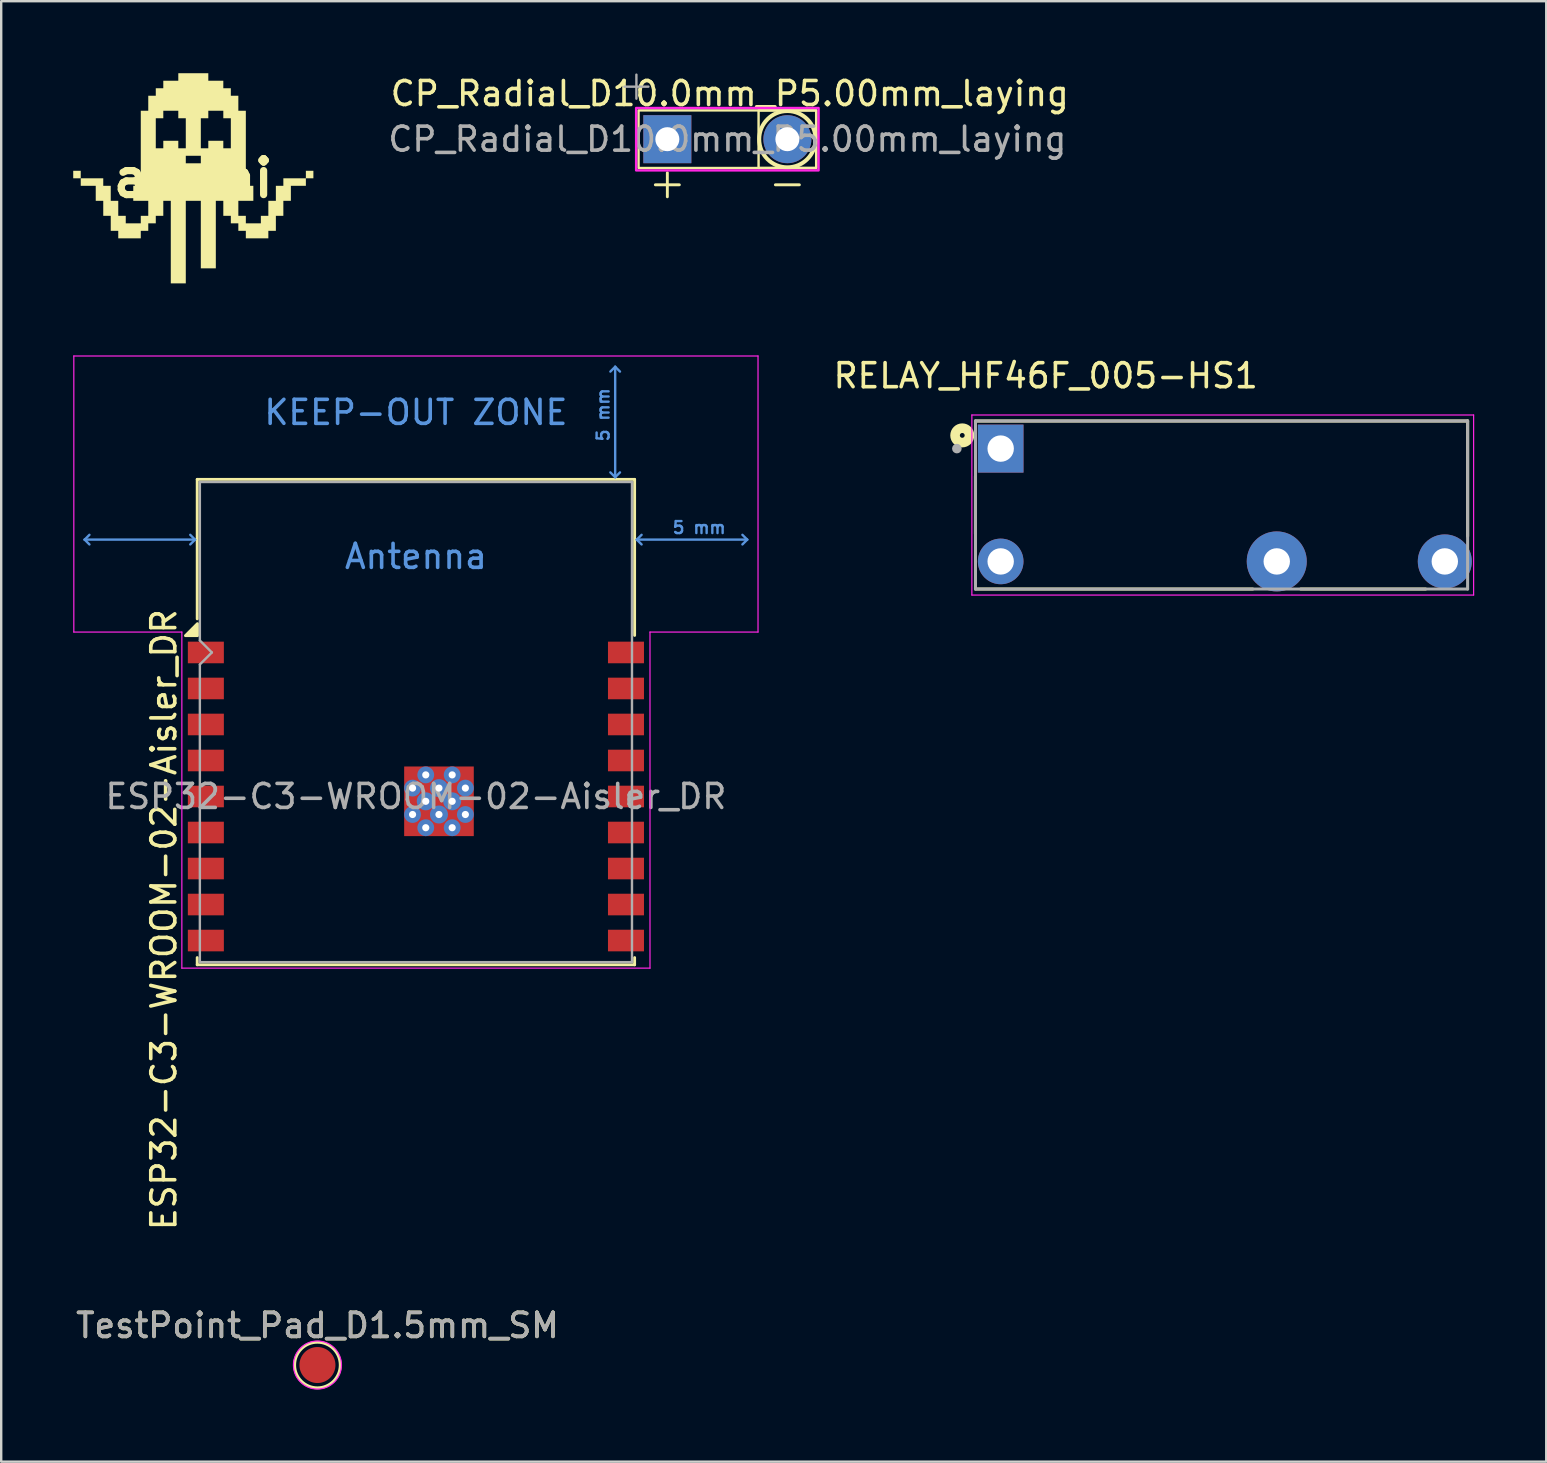
<source format=kicad_pcb>
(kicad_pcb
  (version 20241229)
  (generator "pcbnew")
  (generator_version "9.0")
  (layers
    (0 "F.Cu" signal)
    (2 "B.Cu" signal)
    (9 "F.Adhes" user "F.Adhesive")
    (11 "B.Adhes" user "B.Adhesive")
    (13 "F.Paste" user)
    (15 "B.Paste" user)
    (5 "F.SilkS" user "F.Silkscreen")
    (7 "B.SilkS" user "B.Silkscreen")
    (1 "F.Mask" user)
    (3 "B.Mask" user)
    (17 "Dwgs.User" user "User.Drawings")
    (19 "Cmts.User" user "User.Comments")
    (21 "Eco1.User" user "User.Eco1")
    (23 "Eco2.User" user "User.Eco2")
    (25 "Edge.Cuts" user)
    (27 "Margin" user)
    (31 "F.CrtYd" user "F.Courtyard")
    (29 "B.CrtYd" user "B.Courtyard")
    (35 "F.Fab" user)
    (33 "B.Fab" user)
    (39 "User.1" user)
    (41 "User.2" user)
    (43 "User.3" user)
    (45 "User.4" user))
  (footprint "TestPoint_Pad_D1.5mm_SM"
    (layer "F.Cu")
    (at 10.173 53.81)
    (property "Reference" "TestPoint_Pad_D1.5mm_SM" (at 0 -1.648 0) (layer "F.SilkS") (effects (font (size 1 1) (thickness 0.15))))
    (attr exclude_from_pos_files exclude_from_bom)
    (fp_circle (center 0 0) (end 0 0.95) (stroke (width 0.12) (type solid)) (fill no) (layer "F.SilkS"))
    (fp_circle (center 0 0) (end 1 0) (stroke (width 0.05) (type solid)) (fill no) (layer "F.CrtYd"))
    (fp_text user "${REFERENCE}" (at 0 -1.65 0) (layer "F.Fab") (effects (font (size 1 1) (thickness 0.15))))
    (pad "1" smd circle (at 0 0) (size 1.5 1.5) (layers "F.Cu" "F.Mask")))
  (footprint "akemi"
    (layer "F.Cu")
    (at 5.002 4.377)
    (property "Reference" "akemi" (at 0 0 0) (layer "F.SilkS") (effects (font (size 1.5 1.5) (thickness 0.3))))
    (attr board_only exclude_from_pos_files exclude_from_bom)
    (fp_poly (pts (xy -4.689 -0.156) (xy -4.689 0) (xy -4.846 0) (xy -5.002 0) (xy -5.002 -0.156) (xy -5.002 -0.313) (xy -4.846 -0.313) (xy -4.689 -0.313)) (stroke (width 0) (type solid)) (fill yes) (layer "F.SilkS"))
    (fp_poly (pts (xy 0.625 -4.22) (xy 0.625 -4.064) (xy 0.938 -4.064) (xy 1.25 -4.064) (xy 1.25 -3.908) (xy 1.25 -3.751) (xy 1.407 -3.751) (xy 1.563 -3.751) (xy 1.563 -3.595) (xy 1.563 -3.439) (xy 1.719 -3.439) (xy 1.876 -3.439) (xy 1.876 -3.126) (xy 1.876 -2.814) (xy 2.032 -2.814) (xy 2.188 -2.814) (xy 2.188 -1.25) (xy 2.188 0.313) (xy 2.345 0.313) (xy 2.501 0.313) (xy 2.501 0.625) (xy 2.501 0.938) (xy 2.188 0.938) (xy 1.876 0.938) (xy 1.876 1.25) (xy 1.876 1.563) (xy 2.032 1.563) (xy 2.188 1.563) (xy 2.188 1.719) (xy 2.188 1.876) (xy 2.501 1.876) (xy 2.814 1.876) (xy 2.814 1.719) (xy 2.814 1.563) (xy 2.97 1.563) (xy 3.126 1.563) (xy 3.126 1.25) (xy 3.126 0.938) (xy 3.282 0.938) (xy 3.439 0.938) (xy 3.439 0.625) (xy 3.439 0.313) (xy 3.595 0.313) (xy 3.751 0.313) (xy 3.751 0.156) (xy 3.751 0) (xy 4.22 0) (xy 4.689 0) (xy 4.689 -0.156) (xy 4.689 -0.313) (xy 4.846 -0.313) (xy 5.002 -0.313) (xy 5.002 -0.156) (xy 5.002 0) (xy 4.846 0) (xy 4.689 0) (xy 4.689 0.156) (xy 4.689 0.313) (xy 4.377 0.313) (xy 4.064 0.313) (xy 4.064 0.625) (xy 4.064 0.938) (xy 3.908 0.938) (xy 3.751 0.938) (xy 3.751 1.25) (xy 3.751 1.563) (xy 3.595 1.563) (xy 3.439 1.563) (xy 3.439 1.876) (xy 3.439 2.188) (xy 3.282 2.188) (xy 3.126 2.188) (xy 3.126 2.345) (xy 3.126 2.501) (xy 2.657 2.501) (xy 2.188 2.501) (xy 2.188 2.345) (xy 2.188 2.188) (xy 2.032 2.188) (xy 1.876 2.188) (xy 1.876 2.032) (xy 1.876 1.876) (xy 1.719 1.876) (xy 1.563 1.876) (xy 1.563 1.719) (xy 1.563 1.563) (xy 1.407 1.563) (xy 1.25 1.563) (xy 1.25 1.25) (xy 1.25 0.938) (xy 1.094 0.938) (xy 0.938 0.938) (xy 0.938 2.345) (xy 0.938 3.751) (xy 0.625 3.751) (xy 0.313 3.751) (xy 0.313 2.345) (xy 0.313 0.938) (xy 0 0.938) (xy -0.313 0.938) (xy -0.313 2.657) (xy -0.313 4.377) (xy -0.625 4.377) (xy -0.938 4.377) (xy -0.938 2.657) (xy -0.938 0.938) (xy -1.094 0.938) (xy -1.25 0.938) (xy -1.25 1.25) (xy -1.25 1.563) (xy -1.407 1.563) (xy -1.563 1.563) (xy -1.563 1.719) (xy -1.563 1.876) (xy -1.719 1.876) (xy -1.876 1.876) (xy -1.876 2.032) (xy -1.876 2.188) (xy -2.032 2.188) (xy -2.188 2.188) (xy -2.188 2.345) (xy -2.188 2.501) (xy -2.657 2.501) (xy -3.126 2.501) (xy -3.126 2.345) (xy -3.126 2.188) (xy -3.282 2.188) (xy -3.439 2.188) (xy -3.439 1.876) (xy -3.439 1.563) (xy -3.595 1.563) (xy -3.751 1.563) (xy -3.751 1.25) (xy -3.751 0.938) (xy -3.908 0.938) (xy -4.064 0.938) (xy -4.064 0.625) (xy -4.064 0.313) (xy -4.377 0.313) (xy -4.689 0.313) (xy -4.689 0.156) (xy -4.689 0) (xy -4.22 0) (xy -3.751 0) (xy -3.751 0.156) (xy -3.751 0.313) (xy -3.595 0.313) (xy -3.439 0.313) (xy -3.439 0.625) (xy -3.439 0.938) (xy -3.282 0.938) (xy -3.126 0.938) (xy -3.126 1.25) (xy -3.126 1.563) (xy -2.97 1.563) (xy -2.814 1.563) (xy -2.814 1.719) (xy -2.814 1.876) (xy -2.501 1.876) (xy -2.188 1.876) (xy -2.188 1.719) (xy -2.188 1.563) (xy -2.032 1.563) (xy -1.876 1.563) (xy -1.876 1.25) (xy -1.876 0.938) (xy -2.188 0.938) (xy -2.501 0.938) (xy -2.501 0.625) (xy -2.501 0.313) (xy -2.345 0.313) (xy -2.188 0.313) (xy -2.188 -0.782) (xy -0.313 -0.782) (xy -0.313 -0.625) (xy 0 -0.625) (xy 0.313 -0.625) (xy 0.313 -0.782) (xy 0.313 -0.938) (xy 0 -0.938) (xy -0.313 -0.938) (xy -0.313 -0.782) (xy -2.188 -0.782) (xy -2.188 -1.25) (xy -2.188 -2.501) (xy -1.563 -2.501) (xy -1.563 -1.876) (xy -1.563 -1.25) (xy -1.407 -1.25) (xy -1.25 -1.25) (xy -1.25 -1.407) (xy -1.25 -1.563) (xy -0.938 -1.563) (xy -0.625 -1.563) (xy -0.625 -1.407) (xy -0.625 -1.25) (xy -0.469 -1.25) (xy -0.313 -1.25) (xy -0.313 -1.876) (xy -0.313 -2.501) (xy 0.313 -2.501) (xy 0.313 -1.876) (xy 0.313 -1.25) (xy 0.469 -1.25) (xy 0.625 -1.25) (xy 0.625 -1.407) (xy 0.625 -1.563) (xy 0.938 -1.563) (xy 1.25 -1.563) (xy 1.25 -1.407) (xy 1.25 -1.25) (xy 1.407 -1.25) (xy 1.563 -1.25) (xy 1.563 -1.876) (xy 1.563 -2.501) (xy 1.407 -2.501) (xy 1.25 -2.501) (xy 1.25 -2.657) (xy 1.25 -2.814) (xy 0.938 -2.814) (xy 0.625 -2.814) (xy 0.625 -2.657) (xy 0.625 -2.501) (xy 0.469 -2.501) (xy 0.313 -2.501) (xy -0.313 -2.501) (xy -0.469 -2.501) (xy -0.625 -2.501) (xy -0.625 -2.657) (xy -0.625 -2.814) (xy -0.938 -2.814) (xy -1.25 -2.814) (xy -1.25 -2.657) (xy -1.25 -2.501) (xy -1.407 -2.501) (xy -1.563 -2.501) (xy -2.188 -2.501) (xy -2.188 -2.814) (xy -2.032 -2.814) (xy -1.876 -2.814) (xy -1.876 -3.126) (xy -1.876 -3.439) (xy -1.719 -3.439) (xy -1.563 -3.439) (xy -1.563 -3.595) (xy -1.563 -3.751) (xy -1.407 -3.751) (xy -1.25 -3.751) (xy -1.25 -3.908) (xy -1.25 -4.064) (xy -0.938 -4.064) (xy -0.625 -4.064) (xy -0.625 -4.22) (xy -0.625 -4.377) (xy 0 -4.377) (xy 0.625 -4.377)) (stroke (width 0) (type solid)) (fill yes) (layer "F.SilkS")))
  (footprint "ESP32-C3-WROOM-02-Aisler_DR"
    (layer "F.Cu")
    (at 14.275 30.128)
    (property "Reference" "ESP32-C3-WROOM-02-Aisler_DR" (at -10.5 5.13 90) (layer "F.SilkS") (effects (font (size 1 1) (thickness 0.15))))
    (attr smd)
    (fp_line (start -9.11 -13.21) (end -9.11 -7.4) (stroke (width 0.12) (type solid)) (layer "F.SilkS"))
    (fp_line (start -9.11 -13.21) (end 9.11 -13.21) (stroke (width 0.12) (type solid)) (layer "F.SilkS"))
    (fp_line (start -9.11 6.71) (end -9.11 7.01) (stroke (width 0.12) (type solid)) (layer "F.SilkS"))
    (fp_line (start -9.11 7.01) (end 9.11 7.01) (stroke (width 0.12) (type solid)) (layer "F.SilkS"))
    (fp_line (start 9.11 -13.21) (end 9.11 -6.71) (stroke (width 0.12) (type solid)) (layer "F.SilkS"))
    (fp_line (start 9.11 6.71) (end 9.11 7.01) (stroke (width 0.12) (type solid)) (layer "F.SilkS"))
    (fp_poly (pts (xy -9.1 -6.7) (xy -9.6 -6.7) (xy -9.1 -7.2) (xy -9.1 -6.7)) (stroke (width 0.12) (type solid)) (fill yes) (layer "F.SilkS"))
    (fp_line (start -13.8 -10.7) (end -13.6 -10.9) (stroke (width 0.1) (type solid)) (layer "Cmts.User"))
    (fp_line (start -13.8 -10.7) (end -13.6 -10.5) (stroke (width 0.1) (type solid)) (layer "Cmts.User"))
    (fp_line (start -13.8 -10.7) (end -9.2 -10.7) (stroke (width 0.1) (type solid)) (layer "Cmts.User"))
    (fp_line (start -9.2 -10.7) (end -9.4 -10.9) (stroke (width 0.1) (type solid)) (layer "Cmts.User"))
    (fp_line (start -9.2 -10.7) (end -9.4 -10.5) (stroke (width 0.1) (type solid)) (layer "Cmts.User"))
    (fp_line (start 8.3 -17.9) (end 8.1 -17.7) (stroke (width 0.1) (type solid)) (layer "Cmts.User"))
    (fp_line (start 8.3 -17.9) (end 8.5 -17.7) (stroke (width 0.1) (type solid)) (layer "Cmts.User"))
    (fp_line (start 8.3 -13.3) (end 8.1 -13.5) (stroke (width 0.1) (type solid)) (layer "Cmts.User"))
    (fp_line (start 8.3 -13.3) (end 8.3 -17.9) (stroke (width 0.1) (type solid)) (layer "Cmts.User"))
    (fp_line (start 8.3 -13.3) (end 8.5 -13.5) (stroke (width 0.1) (type solid)) (layer "Cmts.User"))
    (fp_line (start 9.2 -10.7) (end 9.4 -10.9) (stroke (width 0.1) (type solid)) (layer "Cmts.User"))
    (fp_line (start 9.2 -10.7) (end 9.4 -10.5) (stroke (width 0.1) (type solid)) (layer "Cmts.User"))
    (fp_line (start 9.2 -10.7) (end 13.8 -10.7) (stroke (width 0.1) (type solid)) (layer "Cmts.User"))
    (fp_line (start 13.8 -10.7) (end 13.6 -10.9) (stroke (width 0.1) (type solid)) (layer "Cmts.User"))
    (fp_line (start 13.8 -10.7) (end 13.6 -10.5) (stroke (width 0.1) (type solid)) (layer "Cmts.User"))
    (fp_line (start -14.25 -18.35) (end -14.25 -6.85) (stroke (width 0.05) (type solid)) (layer "F.CrtYd"))
    (fp_line (start -14.25 -18.35) (end 14.25 -18.35) (stroke (width 0.05) (type solid)) (layer "F.CrtYd"))
    (fp_line (start -14.25 -6.85) (end -9.75 -6.85) (stroke (width 0.05) (type solid)) (layer "F.CrtYd"))
    (fp_line (start -9.75 7.15) (end -9.75 -6.85) (stroke (width 0.05) (type solid)) (layer "F.CrtYd"))
    (fp_line (start -9.75 7.15) (end 9.75 7.15) (stroke (width 0.05) (type solid)) (layer "F.CrtYd"))
    (fp_line (start 9.75 -6.85) (end 9.75 7.15) (stroke (width 0.05) (type solid)) (layer "F.CrtYd"))
    (fp_line (start 9.75 -6.85) (end 14.25 -6.85) (stroke (width 0.05) (type solid)) (layer "F.CrtYd"))
    (fp_line (start 14.25 -18.35) (end 14.25 -6.85) (stroke (width 0.05) (type solid)) (layer "F.CrtYd"))
    (fp_line (start -9 -13.1) (end -9 -6.5) (stroke (width 0.1) (type solid)) (layer "F.Fab"))
    (fp_line (start -9 -13.1) (end 9 -13.1) (stroke (width 0.1) (type solid)) (layer "F.Fab"))
    (fp_line (start -9 -6.5) (end -8.5 -6) (stroke (width 0.1) (type solid)) (layer "F.Fab"))
    (fp_line (start -9 -5.5) (end -9 6.9) (stroke (width 0.1) (type solid)) (layer "F.Fab"))
    (fp_line (start -9 6.9) (end 9 6.9) (stroke (width 0.1) (type solid)) (layer "F.Fab"))
    (fp_line (start -8.5 -6) (end -9 -5.5) (stroke (width 0.1) (type solid)) (layer "F.Fab"))
    (fp_line (start 9 6.9) (end 9 -13.1) (stroke (width 0.1) (type solid)) (layer "F.Fab"))
    (fp_text user "5 mm" (at 11.8 -11.2 0) (layer "Cmts.User") (effects (font (size 0.5 0.5) (thickness 0.1))))
    (fp_text user "KEEP-OUT ZONE" (at 0 -16 0) (layer "Cmts.User") (effects (font (size 1 1) (thickness 0.15))))
    (fp_text user "Antenna" (at 0 -10 0) (layer "Cmts.User") (effects (font (size 1 1) (thickness 0.15))))
    (fp_text user "5 mm" (at 7.8 -15.9 90) (layer "Cmts.User") (effects (font (size 0.5 0.5) (thickness 0.1))))
    (fp_text user "${REFERENCE}" (at 0 0 0) (layer "F.Fab") (effects (font (size 1 1) (thickness 0.15))))
    (pad "" smd rect (at -0.14 -0.9) (size 0.7 0.7) (layers "F.Paste"))
    (pad "" smd rect (at -0.14 0.2) (size 0.7 0.7) (layers "F.Paste"))
    (pad "" smd rect (at -0.14 1.3) (size 0.7 0.7) (layers "F.Paste"))
    (pad "" smd rect (at 0.96 -0.9) (size 0.7 0.7) (layers "F.Paste"))
    (pad "" smd rect (at 0.96 0.2) (size 0.7 0.7) (layers "F.Paste"))
    (pad "" smd rect (at 0.96 1.3) (size 0.7 0.7) (layers "F.Paste"))
    (pad "" smd rect (at 2.06 -0.9) (size 0.7 0.7) (layers "F.Paste"))
    (pad "" smd rect (at 2.06 0.2) (size 0.7 0.7) (layers "F.Paste"))
    (pad "" smd rect (at 2.06 1.3) (size 0.7 0.7) (layers "F.Paste"))
    (pad "1" smd rect (at -8.75 -6) (size 1.5 0.9) (layers "F.Cu" "F.Mask" "F.Paste"))
    (pad "2" smd rect (at -8.75 -4.5) (size 1.5 0.9) (layers "F.Cu" "F.Mask" "F.Paste"))
    (pad "3" smd rect (at -8.75 -3) (size 1.5 0.9) (layers "F.Cu" "F.Mask" "F.Paste"))
    (pad "4" smd rect (at -8.75 -1.5) (size 1.5 0.9) (layers "F.Cu" "F.Mask" "F.Paste"))
    (pad "5" smd rect (at -8.75 0) (size 1.5 0.9) (layers "F.Cu" "F.Mask" "F.Paste"))
    (pad "6" smd rect (at -8.75 1.5) (size 1.5 0.9) (layers "F.Cu" "F.Mask" "F.Paste"))
    (pad "7" smd rect (at -8.75 3) (size 1.5 0.9) (layers "F.Cu" "F.Mask" "F.Paste"))
    (pad "8" smd rect (at -8.75 4.5) (size 1.5 0.9) (layers "F.Cu" "F.Mask" "F.Paste"))
    (pad "9" smd rect (at -8.75 6) (size 1.5 0.9) (layers "F.Cu" "F.Mask" "F.Paste"))
    (pad "10" smd rect (at 8.75 6) (size 1.5 0.9) (layers "F.Cu" "F.Mask" "F.Paste"))
    (pad "11" smd rect (at 8.75 4.5) (size 1.5 0.9) (layers "F.Cu" "F.Mask" "F.Paste"))
    (pad "12" smd rect (at 8.75 3) (size 1.5 0.9) (layers "F.Cu" "F.Mask" "F.Paste"))
    (pad "13" smd rect (at 8.75 1.5) (size 1.5 0.9) (layers "F.Cu" "F.Mask" "F.Paste"))
    (pad "14" smd rect (at 8.75 0) (size 1.5 0.9) (layers "F.Cu" "F.Mask" "F.Paste"))
    (pad "15" smd rect (at 8.75 -1.5) (size 1.5 0.9) (layers "F.Cu" "F.Mask" "F.Paste"))
    (pad "16" smd rect (at 8.75 -3) (size 1.5 0.9) (layers "F.Cu" "F.Mask" "F.Paste"))
    (pad "17" smd rect (at 8.75 -4.5) (size 1.5 0.9) (layers "F.Cu" "F.Mask" "F.Paste"))
    (pad "18" smd rect (at 8.75 -6) (size 1.5 0.9) (layers "F.Cu" "F.Mask" "F.Paste"))
    (pad "19" thru_hole circle (at -0.14 -0.35) (size 0.7 0.7) (drill 0.3) (property pad_prop_heatsink) (layers "*.Cu" "F.Mask"))
    (pad "19" thru_hole circle (at -0.14 0.75) (size 0.7 0.7) (drill 0.3) (property pad_prop_heatsink) (layers "*.Cu" "F.Mask"))
    (pad "19" thru_hole circle (at 0.41 -0.9) (size 0.7 0.7) (drill 0.3) (property pad_prop_heatsink) (layers "*.Cu" "F.Mask"))
    (pad "19" thru_hole circle (at 0.41 0.2) (size 0.75 0.75) (drill 0.3) (property pad_prop_heatsink) (layers "*.Cu" "F.Mask"))
    (pad "19" thru_hole circle (at 0.41 1.3) (size 0.7 0.7) (drill 0.3) (property pad_prop_heatsink) (layers "*.Cu" "F.Mask"))
    (pad "19" thru_hole circle (at 0.96 -0.35) (size 0.75 0.75) (drill 0.3) (property pad_prop_heatsink) (layers "*.Cu" "F.Mask"))
    (pad "19" smd rect (at 0.96 0.2) (size 2.9 2.9) (layers "F.Cu" "F.Mask"))
    (pad "19" thru_hole circle (at 0.96 0.75) (size 0.75 0.75) (drill 0.3) (property pad_prop_heatsink) (layers "*.Cu" "F.Mask"))
    (pad "19" thru_hole circle (at 1.51 -0.9) (size 0.7 0.7) (drill 0.3) (property pad_prop_heatsink) (layers "*.Cu" "F.Mask"))
    (pad "19" thru_hole circle (at 1.51 0.2) (size 0.75 0.75) (drill 0.3) (property pad_prop_heatsink) (layers "*.Cu" "F.Mask"))
    (pad "19" thru_hole circle (at 1.51 1.3) (size 0.7 0.7) (drill 0.3) (property pad_prop_heatsink) (layers "*.Cu" "F.Mask"))
    (pad "19" thru_hole circle (at 2.06 -0.35) (size 0.7 0.7) (drill 0.3) (property pad_prop_heatsink) (layers "*.Cu" "F.Mask"))
    (pad "19" thru_hole circle (at 2.06 0.75) (size 0.7 0.7) (drill 0.3) (property pad_prop_heatsink) (layers "*.Cu" "F.Mask"))
    (zone (net_name "") (layers "F.Cu" "B.Cu") (hatch full 0.508) (connect_pads) (min_thickness 0.254) (filled_areas_thickness no) (keepout (tracks not_allowed) (vias not_allowed) (pads not_allowed) (copperpour not_allowed) (footprints not_allowed)) (placement (enabled no)) (fill) (polygon (pts (xy 0.275 23.028) (xy 28.275 23.028) (xy 28.275 12.028) (xy 0.275 12.028)))))
  (footprint "RELAY_HF46F_005-HS1"
    (layer "F.Cu")
    (at 47.833 17.986)
    (property "Reference" "RELAY_HF46F_005-HS1" (at -7.325 -5.385 0) (layer "F.SilkS") (effects (font (size 1 1) (thickness 0.15))))
    (attr through_hole)
    (fp_line (start -10.25 -1.205) (end -10.25 1.205) (stroke (width 0.127) (type solid)) (layer "F.SilkS"))
    (fp_line (start -10.25 3.5) (end 1.3 3.5) (stroke (width 0.127) (type solid)) (layer "F.SilkS"))
    (fp_line (start 3.3 3.5) (end 8.5 3.5) (stroke (width 0.127) (type solid)) (layer "F.SilkS"))
    (fp_line (start 10.25 -3.5) (end -10.25 -3.5) (stroke (width 0.127) (type solid)) (layer "F.SilkS"))
    (fp_line (start 10.25 1.3) (end 10.25 -3.5) (stroke (width 0.127) (type solid)) (layer "F.SilkS"))
    (fp_circle (center -10.8 -2.9) (end -10.7 -2.9) (stroke (width 0.4) (type solid)) (fill no) (layer "F.SilkS"))
    (fp_line (start -10.4 -3.75) (end -10.4 3.75) (stroke (width 0.05) (type solid)) (layer "F.CrtYd"))
    (fp_line (start -10.4 3.75) (end 10.5 3.75) (stroke (width 0.05) (type solid)) (layer "F.CrtYd"))
    (fp_line (start 10.5 -3.75) (end -10.4 -3.75) (stroke (width 0.05) (type solid)) (layer "F.CrtYd"))
    (fp_line (start 10.5 3.75) (end 10.5 -3.75) (stroke (width 0.05) (type solid)) (layer "F.CrtYd"))
    (fp_line (start -10.25 -3.5) (end -10.25 3.5) (stroke (width 0.127) (type solid)) (layer "F.Fab"))
    (fp_line (start -10.25 3.5) (end 10.25 3.5) (stroke (width 0.127) (type solid)) (layer "F.Fab"))
    (fp_line (start 10.25 -3.5) (end -10.25 -3.5) (stroke (width 0.127) (type solid)) (layer "F.Fab"))
    (fp_line (start 10.25 3.5) (end 10.25 -3.5) (stroke (width 0.127) (type solid)) (layer "F.Fab"))
    (fp_circle (center -11.025 -2.35) (end -10.925 -2.35) (stroke (width 0.2) (type solid)) (fill no) (layer "F.Fab"))
    (pad "13" thru_hole circle (at 2.3 2.35) (size 2.5 2.5) (drill 1.1) (layers "*.Cu" "*.Mask"))
    (pad "14" thru_hole circle (at 9.3 2.35) (size 2.25 2.25) (drill 1.1) (layers "*.Cu" "*.Mask"))
    (pad "A1" thru_hole circle (at -9.2 2.35) (size 1.9 1.9) (drill 1.1) (layers "*.Cu" "*.Mask"))
    (pad "A2" thru_hole rect (at -9.2 -2.35) (size 1.9 2) (drill 1.1) (layers "*.Cu" "*.Mask")))
  (footprint "CP_Radial_D10.0mm_P5.00mm_laying"
    (layer "F.Cu")
    (at 24.748 2.748)
    (property "Reference" "CP_Radial_D10.0mm_P5.00mm_laying" (at 2.6 -1.9 0) (layer "F.SilkS") (effects (font (size 1 1) (thickness 0.15))))
    (attr through_hole)
    (fp_line (start -0.5 1.9) (end 0.5 1.9) (stroke (width 0.12) (type solid)) (layer "F.SilkS"))
    (fp_line (start 0 1.4) (end 0 2.4) (stroke (width 0.12) (type solid)) (layer "F.SilkS"))
    (fp_line (start 4.5 1.9) (end 5.5 1.9) (stroke (width 0.12) (type solid)) (layer "F.SilkS"))
    (fp_rect (start -1.2 -1.2) (end 6.2 1.2) (stroke (width 0.1) (type default)) (fill no) (layer "F.SilkS"))
    (fp_rect (start 3.8 -1.2) (end 6.2 1.2) (stroke (width 0.1) (type default)) (fill no) (layer "F.SilkS"))
    (fp_circle (center 5 0) (end 4.7 -1.1) (stroke (width 0.1) (type default)) (fill no) (layer "F.SilkS"))
    (fp_circle (center 5 0) (end 5.5 -1.1) (stroke (width 0.1) (type default)) (fill no) (layer "F.SilkS"))
    (fp_rect (start -1.3 -1.3) (end 6.3 1.3) (stroke (width 0.1) (type default)) (fill no) (layer "F.CrtYd"))
    (fp_line (start -1.789 -2.188) (end -0.789 -2.188) (stroke (width 0.1) (type solid)) (layer "F.Fab"))
    (fp_line (start -1.289 -2.688) (end -1.289 -1.688) (stroke (width 0.1) (type solid)) (layer "F.Fab"))
    (fp_text user "${REFERENCE}" (at 2.5 0 0) (layer "F.Fab") (effects (font (size 1 1) (thickness 0.15))))
    (pad "1" thru_hole rect (at 0 0) (size 2 2) (drill 1) (layers "*.Cu" "*.Mask"))
    (pad "2" thru_hole circle (at 5 0) (size 2 2) (drill 1) (layers "*.Cu" "*.Mask")))
  (gr_rect
    (start -3 -3)
    (end 61.358 57.835)
    (stroke (width 0.1) (type default))
    (fill no)
    (layer "Edge.Cuts")))
</source>
